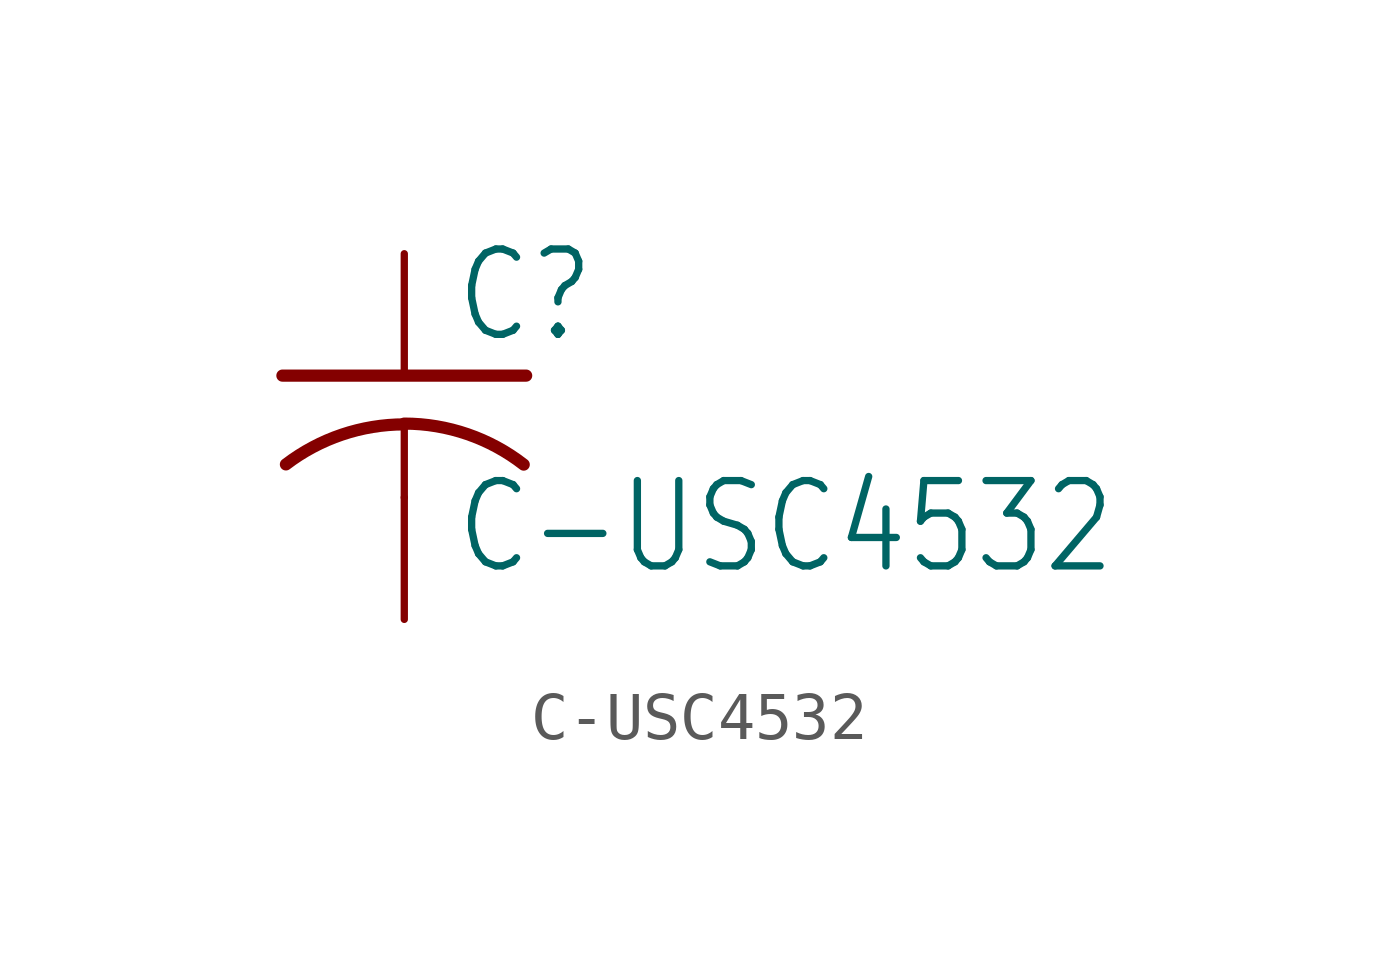
<source format=kicad_sym>
(kicad_symbol_lib
  (version 20211014)
  (generator kicad_symbol_editor)
  (symbol "C-USC4532"
    (property "Reference" "C"
      (at 1.016 0.635 0)
      (effects (font (size 1.778 1.511)) (justify left bottom)))
    (property "Value" "C-USC4532"
      (at 1.016 -4.191 0)
      (effects (font (size 1.778 1.511)) (justify left bottom)))
    (property "ki_locked" ""
      (at 0 0 0)
      (effects (font (size 1.27 1.27))))
    (symbol "C-USC4532_1_0"
      (arc (start 0 -1.0161) (mid -1.302 -1.2303) (end -2.4668 -1.8504) (stroke (width 0.254) (type default) (color 0 0 0 0)) (fill (type none)))
      (polyline (pts (xy -2.54 0) (xy 2.54 0)) (stroke (width 0.254) (type default) (color 0 0 0 0)) (fill (type none)))
      (polyline (pts (xy 0 -1.016) (xy 0 -2.54)) (stroke (width 0.152) (type default) (color 0 0 0 0)) (fill (type none)))
      (arc (start 2.4892 -1.8542) (mid 1.3158 -1.2195) (end 0 -1) (stroke (width 0.254) (type default) (color 0 0 0 0)) (fill (type none)))
      (pin passive line (at 0 2.54 270) (length 2.54) (name "1" (effects (font (size 0 0)))) (number "1" (effects (font (size 0 0)))))
      (pin passive line (at 0 -5.08 90) (length 2.54) (name "2" (effects (font (size 0 0)))) (number "2" (effects (font (size 0 0))))))))
</source>
